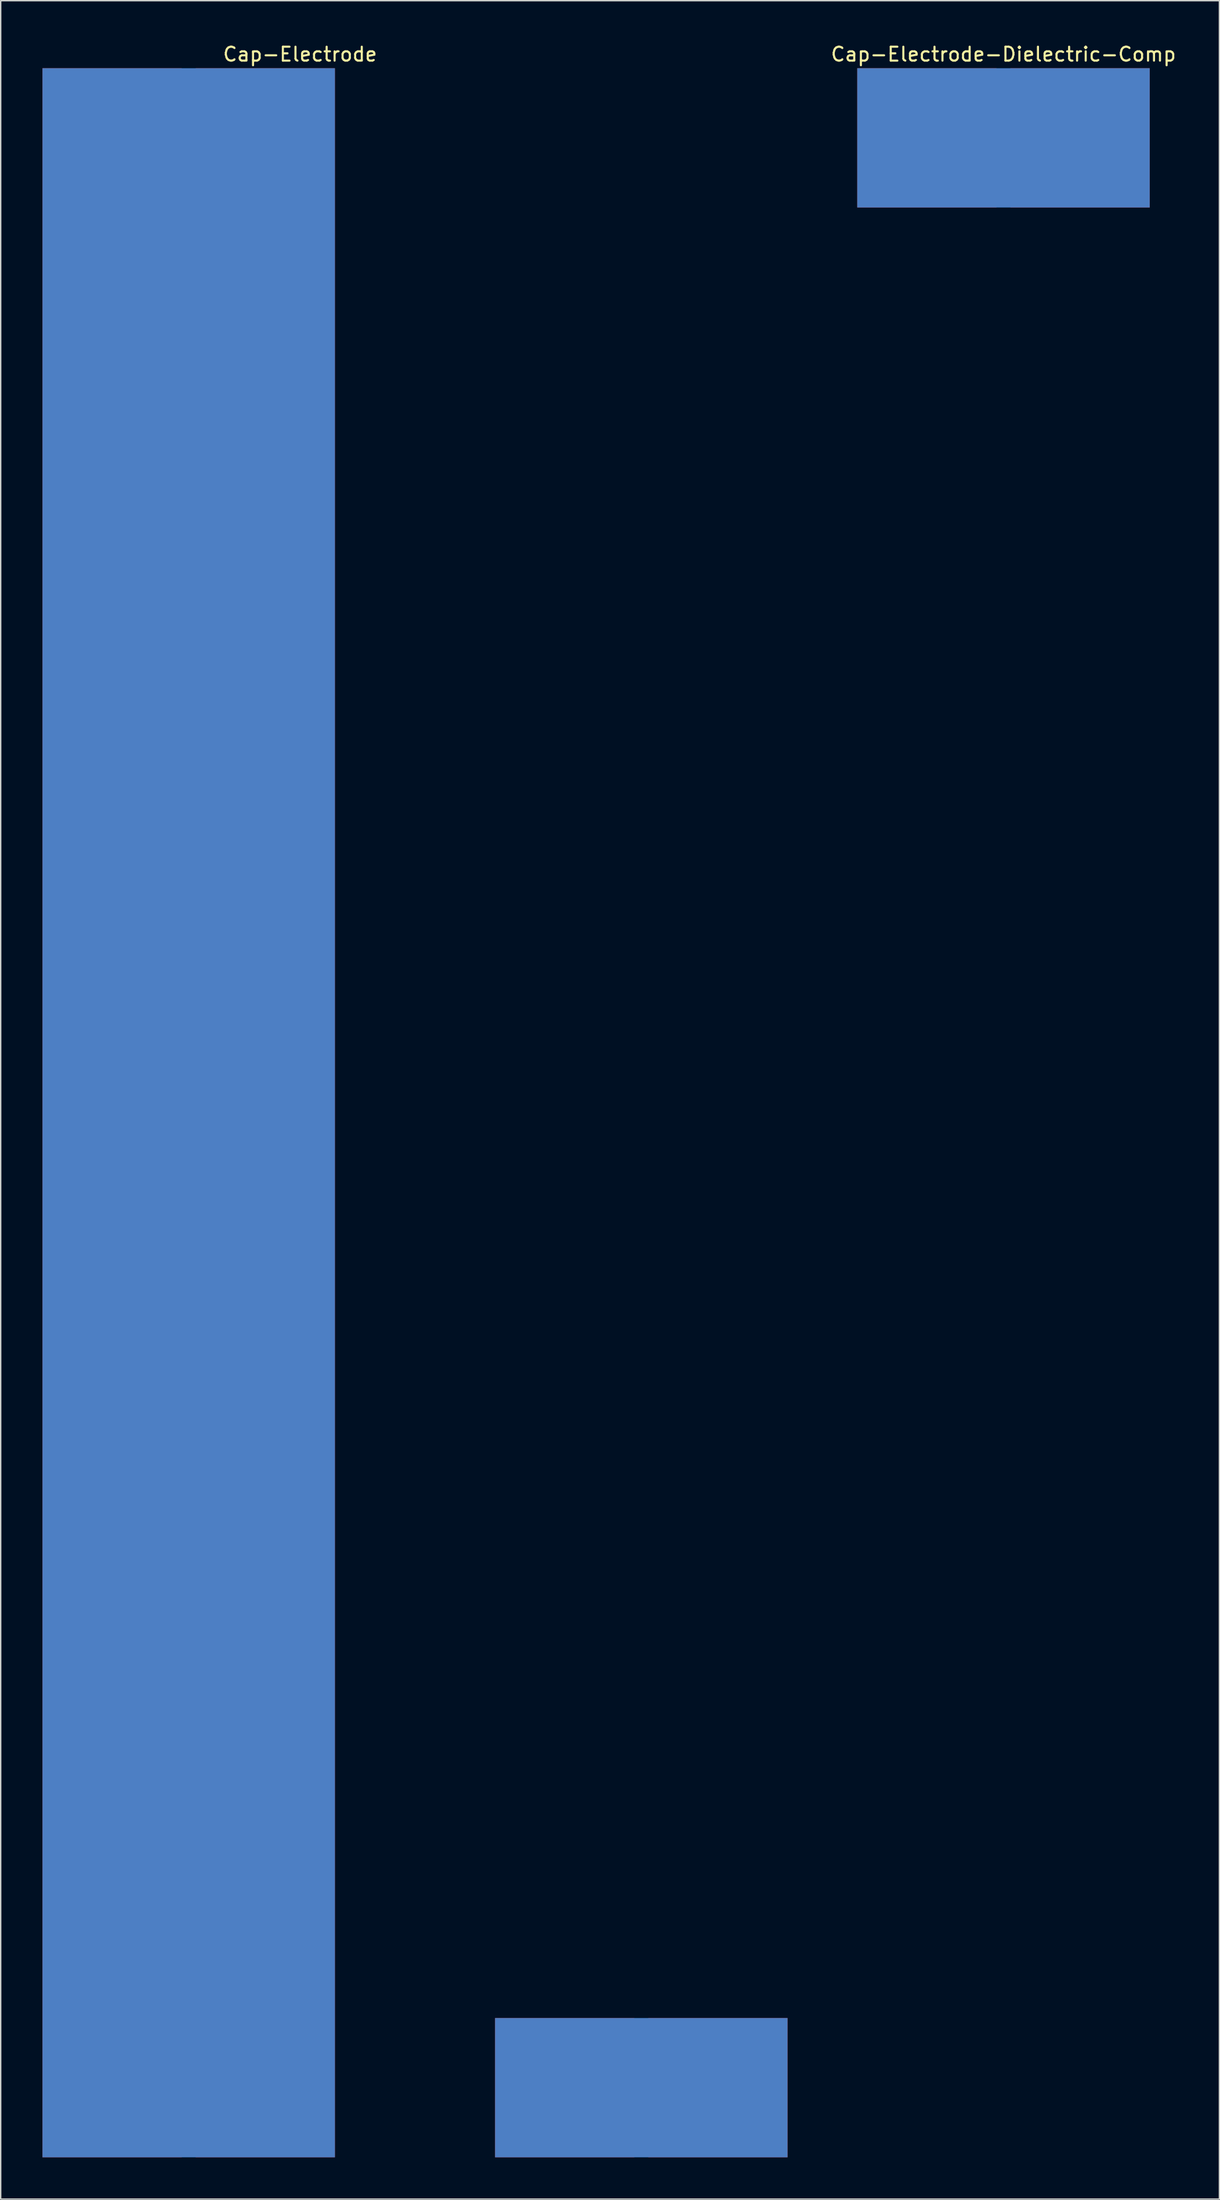
<source format=kicad_pcb>
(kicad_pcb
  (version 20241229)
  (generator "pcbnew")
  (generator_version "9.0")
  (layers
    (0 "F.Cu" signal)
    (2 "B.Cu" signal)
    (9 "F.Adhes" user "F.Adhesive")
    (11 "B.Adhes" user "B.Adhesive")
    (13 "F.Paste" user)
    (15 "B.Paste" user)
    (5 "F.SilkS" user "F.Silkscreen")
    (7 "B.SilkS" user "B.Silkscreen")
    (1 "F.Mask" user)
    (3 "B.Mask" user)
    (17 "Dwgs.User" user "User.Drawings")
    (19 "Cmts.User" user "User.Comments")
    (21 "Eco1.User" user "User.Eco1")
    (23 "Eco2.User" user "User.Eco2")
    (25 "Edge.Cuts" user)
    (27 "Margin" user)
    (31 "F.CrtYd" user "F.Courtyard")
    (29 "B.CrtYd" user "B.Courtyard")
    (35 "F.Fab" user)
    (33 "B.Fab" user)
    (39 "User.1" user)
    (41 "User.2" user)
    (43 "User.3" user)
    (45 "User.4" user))
  (footprint "Cap-Electrode-Dielectric-Comp"
    (layer "F.Cu")
    (at 69.006 1.848)
    (property "Reference" "Cap-Electrode-Dielectric-Comp" (at 0 -1 0) (layer "F.SilkS") (effects (font (size 1 1) (thickness 0.15))))
    (attr through_hole)
    (pad "1" smd custom (at -5.5 1) (size 1 1) (layers "F.Cu") (options (anchor rect)) (primitives (gr_poly (pts (xy 5 -1) (xy 5 9) (xy -5 9) (xy -5 -1)) (width 0) (fill yes))))
    (pad "2" smd custom (at 5.5 1) (size 1 1) (layers "F.Cu") (options (anchor rect)) (primitives (gr_poly (pts (xy 5 -1) (xy 5 9) (xy -5 9) (xy -5 -1)) (width 0) (fill yes))))
    (pad "3" smd custom (at 0 1 180) (size 1 1) (layers "B.Cu") (options (anchor rect)) (primitives (gr_poly (pts (xy 10.5 1) (xy 10.5 -9) (xy -10.5 -9) (xy -10.5 1)) (width 0) (fill yes)))))
  (footprint "Cap-Electrode"
    (layer "F.Cu")
    (at 10.5 1.848)
    (property "Reference" "Cap-Electrode" (at 8 -1 0) (layer "F.SilkS") (effects (font (size 1 1) (thickness 0.15))))
    (attr through_hole)
    (pad "1" smd custom (at -5.5 1) (size 1 1) (layers "F.Cu") (options (anchor rect)) (primitives (gr_poly (pts (xy 5 -1) (xy 5 149) (xy -5 149) (xy -5 -1)) (width 0) (fill yes))))
    (pad "2" smd custom (at 5.5 1) (size 1 1) (layers "F.Cu") (options (anchor rect)) (primitives (gr_poly (pts (xy 5 -1) (xy 5 149) (xy -5 149) (xy -5 -1)) (width 0) (fill yes))))
    (pad "3" smd custom (at 0 1 180) (size 1 1) (layers "B.Cu") (options (anchor rect)) (primitives (gr_poly (pts (xy 10.5 1) (xy 10.5 -149) (xy -10.5 -149) (xy -10.5 1)) (width 0) (fill yes))))
    (pad "4" smd custom (at 27 141) (size 1 1) (layers "F.Cu") (options (anchor rect)) (primitives (gr_poly (pts (xy 5 -1) (xy 5 9) (xy -5 9) (xy -5 -1)) (width 0) (fill yes))))
    (pad "5" smd custom (at 38 141) (size 1 1) (layers "F.Cu") (options (anchor rect)) (primitives (gr_poly (pts (xy 5 -1) (xy 5 9) (xy -5 9) (xy -5 -1)) (width 0) (fill yes))))
    (pad "6" smd custom (at 32.5 141 180) (size 1 1) (layers "B.Cu") (options (anchor rect)) (primitives (gr_poly (pts (xy 10.5 1) (xy 10.5 -9) (xy -10.5 -9) (xy -10.5 1)) (width 0) (fill yes)))))
  (gr_rect
    (start -3 -3)
    (end 84.512 154.848)
    (stroke (width 0.1) (type default))
    (fill no)
    (layer "Edge.Cuts")))
</source>
